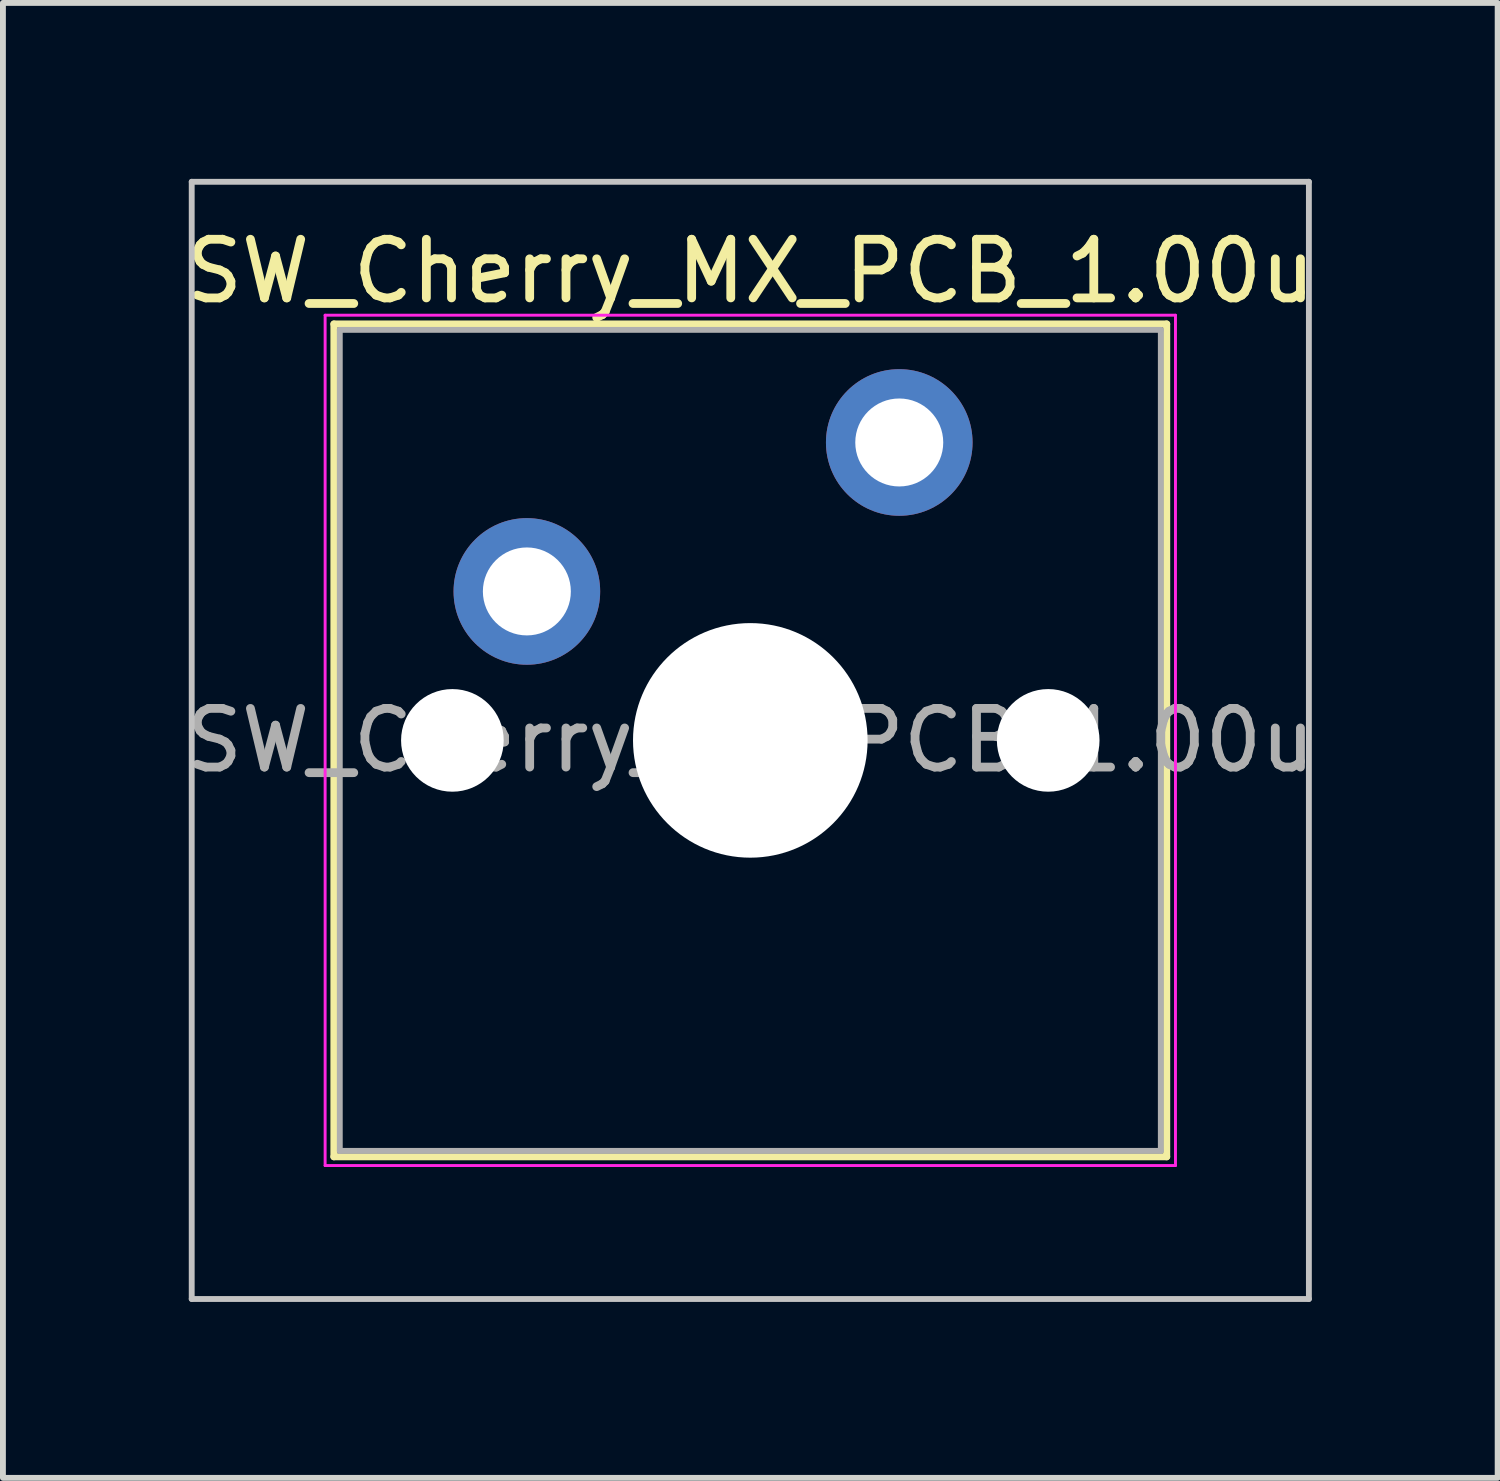
<source format=kicad_pcb>
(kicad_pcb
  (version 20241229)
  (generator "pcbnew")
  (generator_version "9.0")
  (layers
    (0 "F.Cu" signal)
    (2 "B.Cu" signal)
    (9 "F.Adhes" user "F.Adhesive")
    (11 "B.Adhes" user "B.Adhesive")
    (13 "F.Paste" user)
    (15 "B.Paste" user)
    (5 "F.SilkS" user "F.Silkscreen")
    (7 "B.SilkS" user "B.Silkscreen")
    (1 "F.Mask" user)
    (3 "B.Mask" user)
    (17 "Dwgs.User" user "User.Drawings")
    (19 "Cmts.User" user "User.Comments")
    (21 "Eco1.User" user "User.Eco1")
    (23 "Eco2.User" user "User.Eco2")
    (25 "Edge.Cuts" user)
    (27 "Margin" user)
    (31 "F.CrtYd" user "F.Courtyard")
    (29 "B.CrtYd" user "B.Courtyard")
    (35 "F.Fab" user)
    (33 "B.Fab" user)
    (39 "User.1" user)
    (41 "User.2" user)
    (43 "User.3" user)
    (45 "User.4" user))
  (footprint "SW_Cherry_MX_PCB_1.00u"
    (layer "F.Cu")
    (at 9.744 9.575)
    (property "Reference" "SW_Cherry_MX_PCB_1.00u" (at 0 -8 0) (layer "F.SilkS") (effects (font (size 1 1) (thickness 0.15))))
    (attr through_hole)
    (fp_line (start -7.1 -7.1) (end -7.1 7.1) (stroke (width 0.12) (type solid)) (layer "F.SilkS"))
    (fp_line (start -7.1 7.1) (end 7.1 7.1) (stroke (width 0.12) (type solid)) (layer "F.SilkS"))
    (fp_line (start 7.1 -7.1) (end -7.1 -7.1) (stroke (width 0.12) (type solid)) (layer "F.SilkS"))
    (fp_line (start 7.1 7.1) (end 7.1 -7.1) (stroke (width 0.12) (type solid)) (layer "F.SilkS"))
    (fp_line (start -9.525 -9.525) (end -9.525 9.525) (stroke (width 0.1) (type solid)) (layer "Dwgs.User"))
    (fp_line (start -9.525 9.525) (end 9.525 9.525) (stroke (width 0.1) (type solid)) (layer "Dwgs.User"))
    (fp_line (start 9.525 -9.525) (end -9.525 -9.525) (stroke (width 0.1) (type solid)) (layer "Dwgs.User"))
    (fp_line (start 9.525 9.525) (end 9.525 -9.525) (stroke (width 0.1) (type solid)) (layer "Dwgs.User"))
    (fp_line (start -7 -7) (end -7 7) (stroke (width 0.1) (type solid)) (layer "Eco1.User"))
    (fp_line (start -7 7) (end 7 7) (stroke (width 0.1) (type solid)) (layer "Eco1.User"))
    (fp_line (start 7 -7) (end -7 -7) (stroke (width 0.1) (type solid)) (layer "Eco1.User"))
    (fp_line (start 7 7) (end 7 -7) (stroke (width 0.1) (type solid)) (layer "Eco1.User"))
    (fp_line (start -7.25 -7.25) (end -7.25 7.25) (stroke (width 0.05) (type solid)) (layer "F.CrtYd"))
    (fp_line (start -7.25 7.25) (end 7.25 7.25) (stroke (width 0.05) (type solid)) (layer "F.CrtYd"))
    (fp_line (start 7.25 -7.25) (end -7.25 -7.25) (stroke (width 0.05) (type solid)) (layer "F.CrtYd"))
    (fp_line (start 7.25 7.25) (end 7.25 -7.25) (stroke (width 0.05) (type solid)) (layer "F.CrtYd"))
    (fp_line (start -7 -7) (end -7 7) (stroke (width 0.1) (type solid)) (layer "F.Fab"))
    (fp_line (start -7 7) (end 7 7) (stroke (width 0.1) (type solid)) (layer "F.Fab"))
    (fp_line (start 7 -7) (end -7 -7) (stroke (width 0.1) (type solid)) (layer "F.Fab"))
    (fp_line (start 7 7) (end 7 -7) (stroke (width 0.1) (type solid)) (layer "F.Fab"))
    (fp_text user "${REFERENCE}" (at 0 0 0) (layer "F.Fab") (effects (font (size 1 1) (thickness 0.15))))
    (pad "" np_thru_hole circle (at -5.08 0) (size 1.75 1.75) (drill 1.75) (layers "*.Cu" "*.Mask"))
    (pad "" smd circle (at -3.81 -2.54) (size 1.55 1.55) (layers "F.Mask"))
    (pad "" np_thru_hole circle (at 0 0) (size 4 4) (drill 4) (layers "*.Cu" "*.Mask"))
    (pad "" smd circle (at 2.54 -5.08) (size 1.55 1.55) (layers "F.Mask"))
    (pad "" np_thru_hole circle (at 5.08 0) (size 1.75 1.75) (drill 1.75) (layers "*.Cu" "*.Mask"))
    (pad "1" thru_hole circle (at -3.81 -2.54) (size 2.5 2.5) (drill 1.5) (layers "*.Cu" "B.Mask"))
    (pad "2" thru_hole circle (at 2.54 -5.08) (size 2.5 2.5) (drill 1.5) (layers "*.Cu" "B.Mask")))
  (gr_rect
    (start -3 -3)
    (end 22.488 22.15)
    (stroke (width 0.1) (type default))
    (fill no)
    (layer "Edge.Cuts")))
</source>
